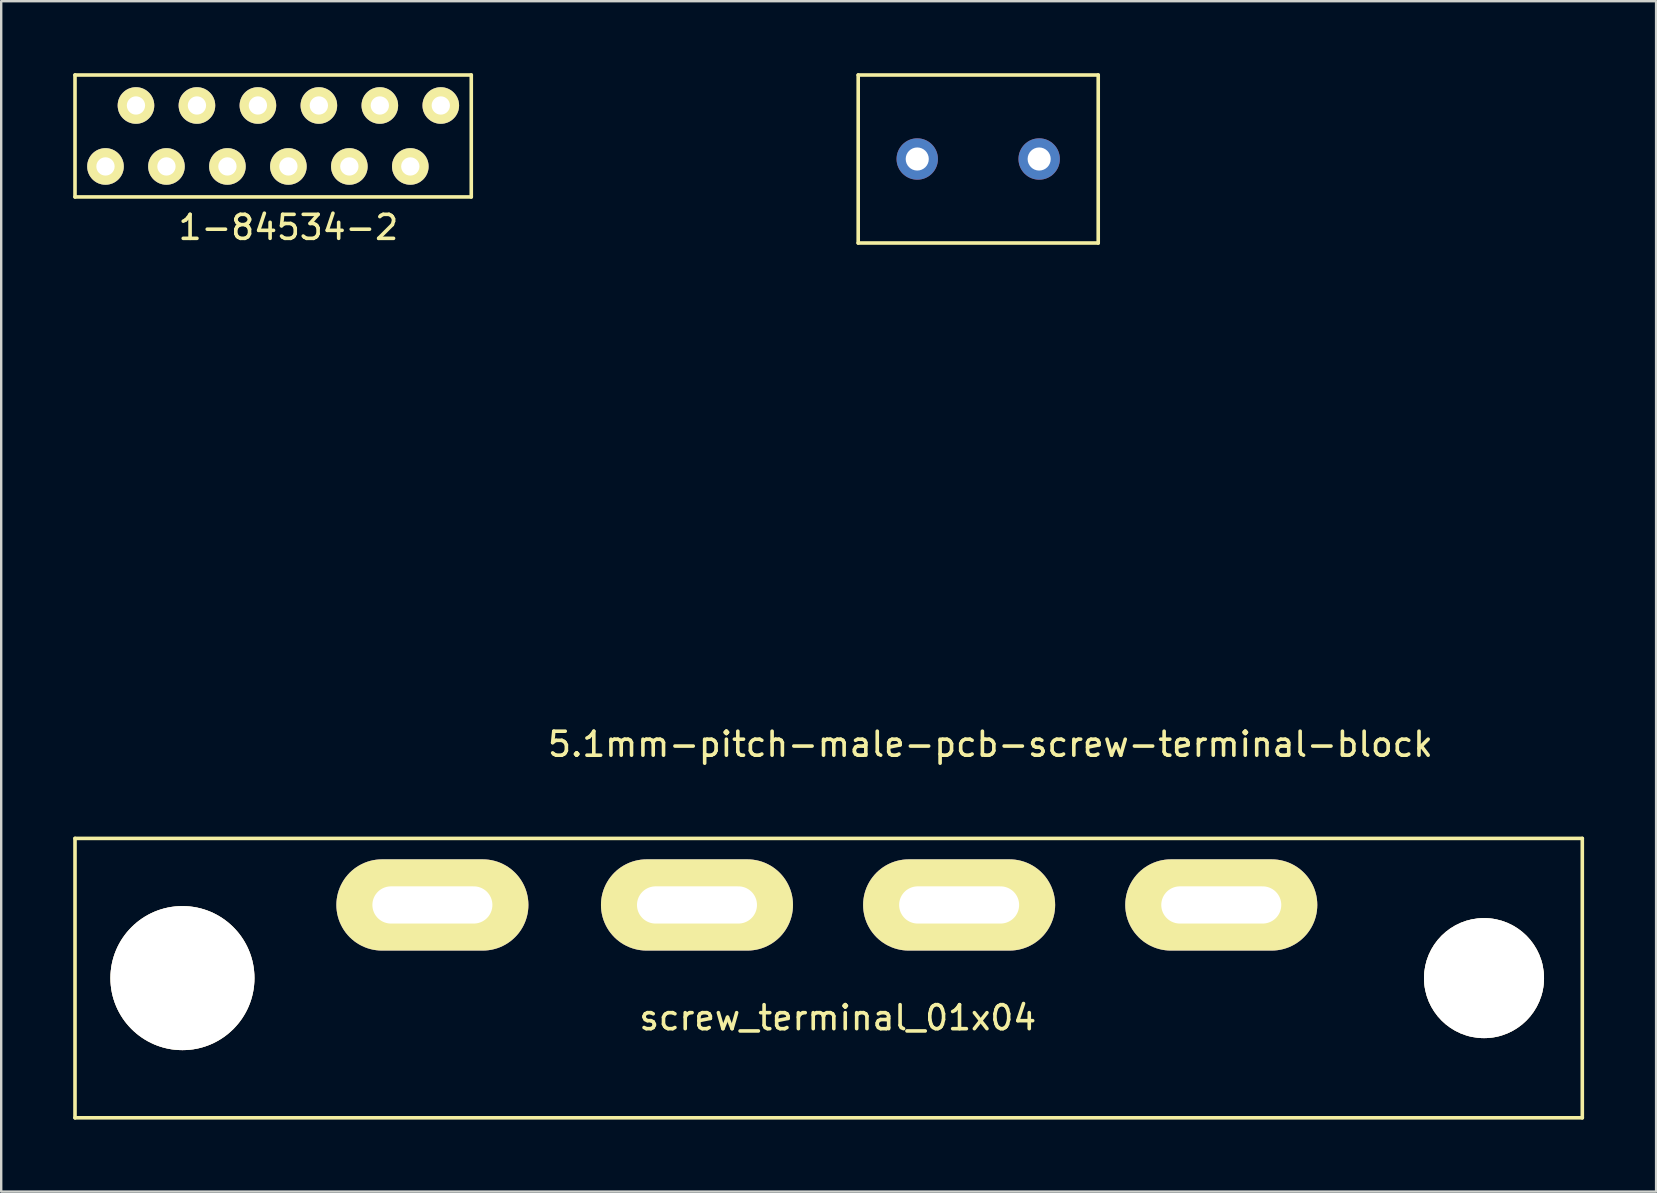
<source format=kicad_pcb>
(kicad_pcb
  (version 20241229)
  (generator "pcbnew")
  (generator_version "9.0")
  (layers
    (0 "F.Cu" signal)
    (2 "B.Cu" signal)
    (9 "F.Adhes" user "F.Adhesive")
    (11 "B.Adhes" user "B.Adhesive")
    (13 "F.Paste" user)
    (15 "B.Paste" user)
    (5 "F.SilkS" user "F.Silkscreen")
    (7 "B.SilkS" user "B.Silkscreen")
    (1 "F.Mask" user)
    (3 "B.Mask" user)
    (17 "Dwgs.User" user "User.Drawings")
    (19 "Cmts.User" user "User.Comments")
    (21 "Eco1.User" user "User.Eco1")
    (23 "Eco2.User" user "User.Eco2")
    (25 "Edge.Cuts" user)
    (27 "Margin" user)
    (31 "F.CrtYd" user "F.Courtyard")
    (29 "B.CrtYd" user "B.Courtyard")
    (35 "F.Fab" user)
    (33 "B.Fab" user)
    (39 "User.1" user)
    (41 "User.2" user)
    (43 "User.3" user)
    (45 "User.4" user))
  (footprint "screw_terminal_01x04"
    (layer "F.Cu")
    (at 31.475 37.702)
    (property "Reference" "screw_terminal_01x04" (at 0.381 1.651 0) (layer "F.SilkS") (effects (font (size 1 1) (thickness 0.15))))
    (attr through_hole)
    (fp_line (start -31.4 -5.82) (end -31.4 5.82) (stroke (width 0.15) (type solid)) (layer "F.SilkS"))
    (fp_line (start -31.4 -5.82) (end 31.4 -5.82) (stroke (width 0.15) (type solid)) (layer "F.SilkS"))
    (fp_line (start -31.4 5.82) (end 31.4 5.82) (stroke (width 0.15) (type solid)) (layer "F.SilkS"))
    (fp_line (start 31.4 -5.82) (end 31.4 5.82) (stroke (width 0.15) (type solid)) (layer "F.SilkS"))
    (pad "" thru_hole oval (at 27.305 0) (size 5 5) (drill oval 5) (layers "*.Cu" "*.Mask" "F.SilkS"))
    (pad "0" thru_hole oval (at -26.924 0) (size 6 6) (drill oval 6) (layers "*.Cu" "*.Mask" "F.SilkS"))
    (pad "1" thru_hole oval (at -16.51 -3.048) (size 8 3.8) (drill oval 5 1.55) (layers "*.Cu" "*.Mask" "F.SilkS"))
    (pad "2" thru_hole oval (at -5.486 -3.048) (size 8 3.8) (drill oval 5 1.55) (layers "*.Cu" "*.Mask" "F.SilkS"))
    (pad "3" thru_hole oval (at 5.436 -3.048) (size 8 3.8) (drill oval 5 1.55) (layers "*.Cu" "*.Mask" "F.SilkS"))
    (pad "4" thru_hole oval (at 16.358 -3.048) (size 8 3.8) (drill oval 5 1.55) (layers "*.Cu" "*.Mask" "F.SilkS")))
  (footprint "1-84534-2"
    (layer "F.Cu")
    (at 7.695 2.615)
    (property "Reference" "1-84534-2" (at 1.27 3.81 0) (layer "F.SilkS") (effects (font (size 1 1) (thickness 0.15))))
    (attr through_hole)
    (fp_line (start -7.62 -2.54) (end -7.62 2.54) (stroke (width 0.15) (type solid)) (layer "F.SilkS"))
    (fp_line (start -7.62 -2.54) (end 8.89 -2.54) (stroke (width 0.15) (type solid)) (layer "F.SilkS"))
    (fp_line (start -7.62 2.54) (end 8.89 2.54) (stroke (width 0.15) (type solid)) (layer "F.SilkS"))
    (fp_line (start 8.89 -2.54) (end 8.89 2.54) (stroke (width 0.15) (type solid)) (layer "F.SilkS"))
    (pad "1" thru_hole circle (at -6.35 1.27) (size 1.524 1.524) (drill 0.762) (layers "*.Cu" "*.Mask" "F.SilkS"))
    (pad "2" thru_hole circle (at -5.08 -1.27) (size 1.524 1.524) (drill 0.762) (layers "*.Cu" "*.Mask" "F.SilkS"))
    (pad "3" thru_hole circle (at -3.81 1.27) (size 1.524 1.524) (drill 0.762) (layers "*.Cu" "*.Mask" "F.SilkS"))
    (pad "4" thru_hole circle (at -2.54 -1.27) (size 1.524 1.524) (drill 0.762) (layers "*.Cu" "*.Mask" "F.SilkS"))
    (pad "5" thru_hole circle (at -1.27 1.27) (size 1.524 1.524) (drill 0.762) (layers "*.Cu" "*.Mask" "F.SilkS"))
    (pad "6" thru_hole circle (at 0 -1.27) (size 1.524 1.524) (drill 0.762) (layers "*.Cu" "*.Mask" "F.SilkS"))
    (pad "7" thru_hole circle (at 1.27 1.27) (size 1.524 1.524) (drill 0.762) (layers "*.Cu" "*.Mask" "F.SilkS"))
    (pad "8" thru_hole circle (at 2.54 -1.27) (size 1.524 1.524) (drill 0.762) (layers "*.Cu" "*.Mask" "F.SilkS"))
    (pad "9" thru_hole circle (at 3.81 1.27) (size 1.524 1.524) (drill 0.762) (layers "*.Cu" "*.Mask" "F.SilkS"))
    (pad "10" thru_hole circle (at 5.08 -1.27) (size 1.524 1.524) (drill 0.762) (layers "*.Cu" "*.Mask" "F.SilkS"))
    (pad "11" thru_hole circle (at 6.35 1.27) (size 1.524 1.524) (drill 0.762) (layers "*.Cu" "*.Mask" "F.SilkS"))
    (pad "12" thru_hole circle (at 7.62 -1.27) (size 1.524 1.524) (drill 0.762) (layers "*.Cu" "*.Mask" "F.SilkS")))
  (footprint "5.1mm-pitch-male-pcb-screw-terminal-block"
    (layer "F.Cu")
    (at 37.706 3.575)
    (property "Reference" "5.1mm-pitch-male-pcb-screw-terminal-block" (at 0.508 24.384 0) (layer "F.SilkS") (effects (font (size 1 1) (thickness 0.15))))
    (attr through_hole)
    (fp_line (start -5 -3.5) (end -5 3.5) (stroke (width 0.15) (type solid)) (layer "F.SilkS"))
    (fp_line (start -5 -3.5) (end 5 -3.5) (stroke (width 0.15) (type solid)) (layer "F.SilkS"))
    (fp_line (start -5 3.5) (end 5 3.5) (stroke (width 0.15) (type solid)) (layer "F.SilkS"))
    (fp_line (start 5 3.5) (end 5 -3.5) (stroke (width 0.15) (type solid)) (layer "F.SilkS"))
    (pad "1" thru_hole circle (at 2.54 0) (size 1.724 1.724) (drill 0.962) (layers "*.Cu" "*.Mask"))
    (pad "2" thru_hole circle (at -2.54 0) (size 1.724 1.724) (drill 0.962) (layers "*.Cu" "*.Mask")))
  (gr_rect
    (start -3 -3)
    (end 65.95 46.597)
    (stroke (width 0.1) (type default))
    (fill no)
    (layer "Edge.Cuts")))
</source>
